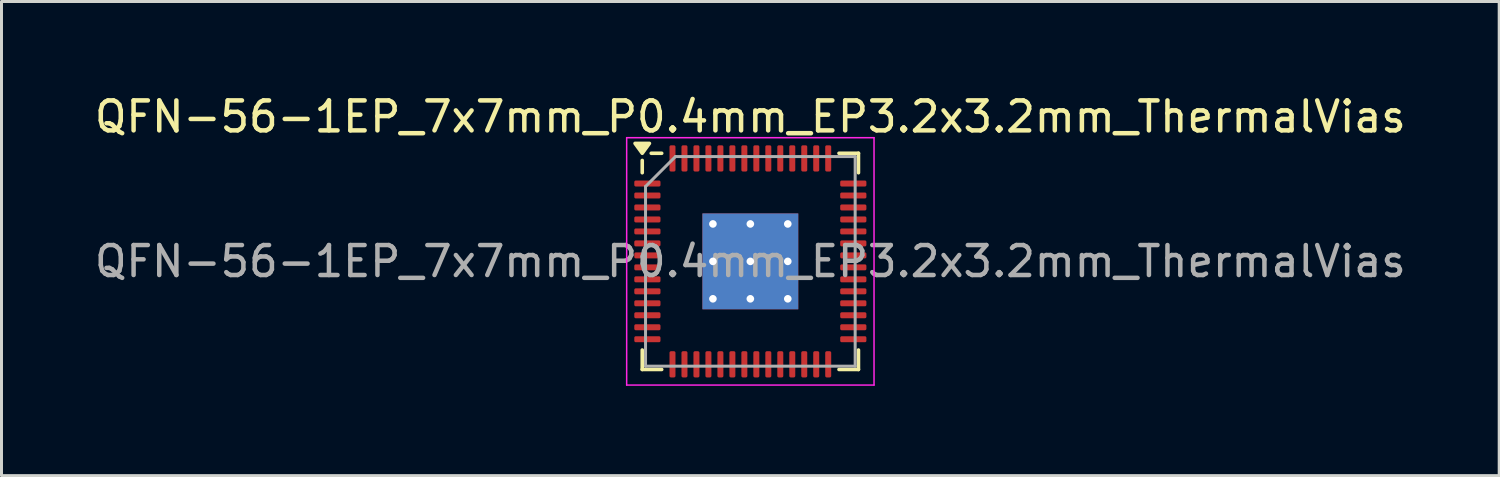
<source format=kicad_pcb>
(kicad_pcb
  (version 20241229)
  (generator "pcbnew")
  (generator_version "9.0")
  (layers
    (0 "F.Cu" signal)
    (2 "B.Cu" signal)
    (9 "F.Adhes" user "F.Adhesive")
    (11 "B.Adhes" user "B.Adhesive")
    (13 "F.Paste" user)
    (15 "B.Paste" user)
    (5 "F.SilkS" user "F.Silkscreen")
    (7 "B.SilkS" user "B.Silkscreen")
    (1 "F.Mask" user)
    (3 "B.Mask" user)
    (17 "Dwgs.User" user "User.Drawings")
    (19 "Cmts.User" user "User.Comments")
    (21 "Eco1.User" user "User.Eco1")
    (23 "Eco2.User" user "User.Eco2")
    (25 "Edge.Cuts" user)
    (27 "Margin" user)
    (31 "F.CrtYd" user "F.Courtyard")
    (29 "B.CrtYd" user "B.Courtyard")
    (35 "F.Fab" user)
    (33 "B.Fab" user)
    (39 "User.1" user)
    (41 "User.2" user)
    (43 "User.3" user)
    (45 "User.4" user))
  (footprint "QFN-56-1EP_7x7mm_P0.4mm_EP3.2x3.2mm_ThermalVias"
    (layer "F.Cu")
    (at 22.006 5.678)
    (property "Reference" "QFN-56-1EP_7x7mm_P0.4mm_EP3.2x3.2mm_ThermalVias" (at 0 -4.83 0) (layer "F.SilkS") (effects (font (size 1 1) (thickness 0.15))))
    (attr smd)
    (fp_line (start -3.61 -2.96) (end -3.61 -3.37) (stroke (width 0.12) (type solid)) (layer "F.SilkS"))
    (fp_line (start -3.61 3.61) (end -3.61 2.96) (stroke (width 0.12) (type solid)) (layer "F.SilkS"))
    (fp_line (start -2.96 -3.61) (end -3.31 -3.61) (stroke (width 0.12) (type solid)) (layer "F.SilkS"))
    (fp_line (start -2.96 3.61) (end -3.61 3.61) (stroke (width 0.12) (type solid)) (layer "F.SilkS"))
    (fp_line (start 2.96 -3.61) (end 3.61 -3.61) (stroke (width 0.12) (type solid)) (layer "F.SilkS"))
    (fp_line (start 2.96 3.61) (end 3.61 3.61) (stroke (width 0.12) (type solid)) (layer "F.SilkS"))
    (fp_line (start 3.61 -3.61) (end 3.61 -2.96) (stroke (width 0.12) (type solid)) (layer "F.SilkS"))
    (fp_line (start 3.61 3.61) (end 3.61 2.96) (stroke (width 0.12) (type solid)) (layer "F.SilkS"))
    (fp_poly (pts (xy -3.61 -3.61) (xy -3.85 -3.94) (xy -3.37 -3.94) (xy -3.61 -3.61)) (stroke (width 0.12) (type solid)) (fill yes) (layer "F.SilkS"))
    (fp_line (start -4.13 -4.13) (end -4.13 4.13) (stroke (width 0.05) (type solid)) (layer "F.CrtYd"))
    (fp_line (start -4.13 4.13) (end 4.13 4.13) (stroke (width 0.05) (type solid)) (layer "F.CrtYd"))
    (fp_line (start 4.13 -4.13) (end -4.13 -4.13) (stroke (width 0.05) (type solid)) (layer "F.CrtYd"))
    (fp_line (start 4.13 4.13) (end 4.13 -4.13) (stroke (width 0.05) (type solid)) (layer "F.CrtYd"))
    (fp_line (start -3.5 -2.5) (end -2.5 -3.5) (stroke (width 0.1) (type solid)) (layer "F.Fab"))
    (fp_line (start -3.5 3.5) (end -3.5 -2.5) (stroke (width 0.1) (type solid)) (layer "F.Fab"))
    (fp_line (start -2.5 -3.5) (end 3.5 -3.5) (stroke (width 0.1) (type solid)) (layer "F.Fab"))
    (fp_line (start 3.5 -3.5) (end 3.5 3.5) (stroke (width 0.1) (type solid)) (layer "F.Fab"))
    (fp_line (start 3.5 3.5) (end -3.5 3.5) (stroke (width 0.1) (type solid)) (layer "F.Fab"))
    (fp_text user "${REFERENCE}" (at 0 0 0) (layer "F.Fab") (effects (font (size 1 1) (thickness 0.15))))
    (pad "" smd custom (at -0.675 -0.675) (size 1.118 1.118) (layers "F.Paste") (options (anchor circle)) (primitives (gr_poly (pts (xy -0.498 -0.397) (xy -0.397 -0.498) (xy 0.498 -0.498) (xy 0.498 0.498) (xy -0.498 0.498)) (width 0.244) (fill yes))))
    (pad "" smd custom (at -0.675 0.675) (size 1.118 1.118) (layers "F.Paste") (options (anchor circle)) (primitives (gr_poly (pts (xy -0.498 -0.498) (xy 0.498 -0.498) (xy 0.498 0.498) (xy -0.397 0.498) (xy -0.498 0.397)) (width 0.244) (fill yes))))
    (pad "" smd custom (at 0.675 -0.675) (size 1.118 1.118) (layers "F.Paste") (options (anchor circle)) (primitives (gr_poly (pts (xy -0.498 -0.498) (xy 0.397 -0.498) (xy 0.498 -0.397) (xy 0.498 0.498) (xy -0.498 0.498)) (width 0.244) (fill yes))))
    (pad "" smd custom (at 0.675 0.675) (size 1.118 1.118) (layers "F.Paste") (options (anchor circle)) (primitives (gr_poly (pts (xy -0.498 -0.498) (xy 0.498 -0.498) (xy 0.498 0.397) (xy 0.397 0.498) (xy -0.498 0.498)) (width 0.244) (fill yes))))
    (pad "1" smd roundrect (at -3.438 -2.6) (size 0.875 0.2) (layers "F.Cu" "F.Mask" "F.Paste") (roundrect_rratio 0.25))
    (pad "2" smd roundrect (at -3.438 -2.2) (size 0.875 0.2) (layers "F.Cu" "F.Mask" "F.Paste") (roundrect_rratio 0.25))
    (pad "3" smd roundrect (at -3.438 -1.8) (size 0.875 0.2) (layers "F.Cu" "F.Mask" "F.Paste") (roundrect_rratio 0.25))
    (pad "4" smd roundrect (at -3.438 -1.4) (size 0.875 0.2) (layers "F.Cu" "F.Mask" "F.Paste") (roundrect_rratio 0.25))
    (pad "5" smd roundrect (at -3.438 -1) (size 0.875 0.2) (layers "F.Cu" "F.Mask" "F.Paste") (roundrect_rratio 0.25))
    (pad "6" smd roundrect (at -3.438 -0.6) (size 0.875 0.2) (layers "F.Cu" "F.Mask" "F.Paste") (roundrect_rratio 0.25))
    (pad "7" smd roundrect (at -3.438 -0.2) (size 0.875 0.2) (layers "F.Cu" "F.Mask" "F.Paste") (roundrect_rratio 0.25))
    (pad "8" smd roundrect (at -3.438 0.2) (size 0.875 0.2) (layers "F.Cu" "F.Mask" "F.Paste") (roundrect_rratio 0.25))
    (pad "9" smd roundrect (at -3.438 0.6) (size 0.875 0.2) (layers "F.Cu" "F.Mask" "F.Paste") (roundrect_rratio 0.25))
    (pad "10" smd roundrect (at -3.438 1) (size 0.875 0.2) (layers "F.Cu" "F.Mask" "F.Paste") (roundrect_rratio 0.25))
    (pad "11" smd roundrect (at -3.438 1.4) (size 0.875 0.2) (layers "F.Cu" "F.Mask" "F.Paste") (roundrect_rratio 0.25))
    (pad "12" smd roundrect (at -3.438 1.8) (size 0.875 0.2) (layers "F.Cu" "F.Mask" "F.Paste") (roundrect_rratio 0.25))
    (pad "13" smd roundrect (at -3.438 2.2) (size 0.875 0.2) (layers "F.Cu" "F.Mask" "F.Paste") (roundrect_rratio 0.25))
    (pad "14" smd roundrect (at -3.438 2.6) (size 0.875 0.2) (layers "F.Cu" "F.Mask" "F.Paste") (roundrect_rratio 0.25))
    (pad "15" smd roundrect (at -2.6 3.438) (size 0.2 0.875) (layers "F.Cu" "F.Mask" "F.Paste") (roundrect_rratio 0.25))
    (pad "16" smd roundrect (at -2.2 3.438) (size 0.2 0.875) (layers "F.Cu" "F.Mask" "F.Paste") (roundrect_rratio 0.25))
    (pad "17" smd roundrect (at -1.8 3.438) (size 0.2 0.875) (layers "F.Cu" "F.Mask" "F.Paste") (roundrect_rratio 0.25))
    (pad "18" smd roundrect (at -1.4 3.438) (size 0.2 0.875) (layers "F.Cu" "F.Mask" "F.Paste") (roundrect_rratio 0.25))
    (pad "19" smd roundrect (at -1 3.438) (size 0.2 0.875) (layers "F.Cu" "F.Mask" "F.Paste") (roundrect_rratio 0.25))
    (pad "20" smd roundrect (at -0.6 3.438) (size 0.2 0.875) (layers "F.Cu" "F.Mask" "F.Paste") (roundrect_rratio 0.25))
    (pad "21" smd roundrect (at -0.2 3.438) (size 0.2 0.875) (layers "F.Cu" "F.Mask" "F.Paste") (roundrect_rratio 0.25))
    (pad "22" smd roundrect (at 0.2 3.438) (size 0.2 0.875) (layers "F.Cu" "F.Mask" "F.Paste") (roundrect_rratio 0.25))
    (pad "23" smd roundrect (at 0.6 3.438) (size 0.2 0.875) (layers "F.Cu" "F.Mask" "F.Paste") (roundrect_rratio 0.25))
    (pad "24" smd roundrect (at 1 3.438) (size 0.2 0.875) (layers "F.Cu" "F.Mask" "F.Paste") (roundrect_rratio 0.25))
    (pad "25" smd roundrect (at 1.4 3.438) (size 0.2 0.875) (layers "F.Cu" "F.Mask" "F.Paste") (roundrect_rratio 0.25))
    (pad "26" smd roundrect (at 1.8 3.438) (size 0.2 0.875) (layers "F.Cu" "F.Mask" "F.Paste") (roundrect_rratio 0.25))
    (pad "27" smd roundrect (at 2.2 3.438) (size 0.2 0.875) (layers "F.Cu" "F.Mask" "F.Paste") (roundrect_rratio 0.25))
    (pad "28" smd roundrect (at 2.6 3.438) (size 0.2 0.875) (layers "F.Cu" "F.Mask" "F.Paste") (roundrect_rratio 0.25))
    (pad "29" smd roundrect (at 3.438 2.6) (size 0.875 0.2) (layers "F.Cu" "F.Mask" "F.Paste") (roundrect_rratio 0.25))
    (pad "30" smd roundrect (at 3.438 2.2) (size 0.875 0.2) (layers "F.Cu" "F.Mask" "F.Paste") (roundrect_rratio 0.25))
    (pad "31" smd roundrect (at 3.438 1.8) (size 0.875 0.2) (layers "F.Cu" "F.Mask" "F.Paste") (roundrect_rratio 0.25))
    (pad "32" smd roundrect (at 3.438 1.4) (size 0.875 0.2) (layers "F.Cu" "F.Mask" "F.Paste") (roundrect_rratio 0.25))
    (pad "33" smd roundrect (at 3.438 1) (size 0.875 0.2) (layers "F.Cu" "F.Mask" "F.Paste") (roundrect_rratio 0.25))
    (pad "34" smd roundrect (at 3.438 0.6) (size 0.875 0.2) (layers "F.Cu" "F.Mask" "F.Paste") (roundrect_rratio 0.25))
    (pad "35" smd roundrect (at 3.438 0.2) (size 0.875 0.2) (layers "F.Cu" "F.Mask" "F.Paste") (roundrect_rratio 0.25))
    (pad "36" smd roundrect (at 3.438 -0.2) (size 0.875 0.2) (layers "F.Cu" "F.Mask" "F.Paste") (roundrect_rratio 0.25))
    (pad "37" smd roundrect (at 3.438 -0.6) (size 0.875 0.2) (layers "F.Cu" "F.Mask" "F.Paste") (roundrect_rratio 0.25))
    (pad "38" smd roundrect (at 3.438 -1) (size 0.875 0.2) (layers "F.Cu" "F.Mask" "F.Paste") (roundrect_rratio 0.25))
    (pad "39" smd roundrect (at 3.438 -1.4) (size 0.875 0.2) (layers "F.Cu" "F.Mask" "F.Paste") (roundrect_rratio 0.25))
    (pad "40" smd roundrect (at 3.438 -1.8) (size 0.875 0.2) (layers "F.Cu" "F.Mask" "F.Paste") (roundrect_rratio 0.25))
    (pad "41" smd roundrect (at 3.438 -2.2) (size 0.875 0.2) (layers "F.Cu" "F.Mask" "F.Paste") (roundrect_rratio 0.25))
    (pad "42" smd roundrect (at 3.438 -2.6) (size 0.875 0.2) (layers "F.Cu" "F.Mask" "F.Paste") (roundrect_rratio 0.25))
    (pad "43" smd roundrect (at 2.6 -3.438) (size 0.2 0.875) (layers "F.Cu" "F.Mask" "F.Paste") (roundrect_rratio 0.25))
    (pad "44" smd roundrect (at 2.2 -3.438) (size 0.2 0.875) (layers "F.Cu" "F.Mask" "F.Paste") (roundrect_rratio 0.25))
    (pad "45" smd roundrect (at 1.8 -3.438) (size 0.2 0.875) (layers "F.Cu" "F.Mask" "F.Paste") (roundrect_rratio 0.25))
    (pad "46" smd roundrect (at 1.4 -3.438) (size 0.2 0.875) (layers "F.Cu" "F.Mask" "F.Paste") (roundrect_rratio 0.25))
    (pad "47" smd roundrect (at 1 -3.438) (size 0.2 0.875) (layers "F.Cu" "F.Mask" "F.Paste") (roundrect_rratio 0.25))
    (pad "48" smd roundrect (at 0.6 -3.438) (size 0.2 0.875) (layers "F.Cu" "F.Mask" "F.Paste") (roundrect_rratio 0.25))
    (pad "49" smd roundrect (at 0.2 -3.438) (size 0.2 0.875) (layers "F.Cu" "F.Mask" "F.Paste") (roundrect_rratio 0.25))
    (pad "50" smd roundrect (at -0.2 -3.438) (size 0.2 0.875) (layers "F.Cu" "F.Mask" "F.Paste") (roundrect_rratio 0.25))
    (pad "51" smd roundrect (at -0.6 -3.438) (size 0.2 0.875) (layers "F.Cu" "F.Mask" "F.Paste") (roundrect_rratio 0.25))
    (pad "52" smd roundrect (at -1 -3.438) (size 0.2 0.875) (layers "F.Cu" "F.Mask" "F.Paste") (roundrect_rratio 0.25))
    (pad "53" smd roundrect (at -1.4 -3.438) (size 0.2 0.875) (layers "F.Cu" "F.Mask" "F.Paste") (roundrect_rratio 0.25))
    (pad "54" smd roundrect (at -1.8 -3.438) (size 0.2 0.875) (layers "F.Cu" "F.Mask" "F.Paste") (roundrect_rratio 0.25))
    (pad "55" smd roundrect (at -2.2 -3.438) (size 0.2 0.875) (layers "F.Cu" "F.Mask" "F.Paste") (roundrect_rratio 0.25))
    (pad "56" smd roundrect (at -2.6 -3.438) (size 0.2 0.875) (layers "F.Cu" "F.Mask" "F.Paste") (roundrect_rratio 0.25))
    (pad "57" thru_hole circle (at -1.25 -1.25) (size 0.457 0.457) (drill 0.254) (property pad_prop_heatsink) (layers "*.Cu"))
    (pad "57" thru_hole circle (at -1.25 0) (size 0.457 0.457) (drill 0.254) (property pad_prop_heatsink) (layers "*.Cu"))
    (pad "57" thru_hole circle (at -1.25 1.25) (size 0.457 0.457) (drill 0.254) (property pad_prop_heatsink) (layers "*.Cu"))
    (pad "57" thru_hole circle (at 0 -1.25) (size 0.457 0.457) (drill 0.254) (property pad_prop_heatsink) (layers "*.Cu"))
    (pad "57" thru_hole circle (at 0 0) (size 0.457 0.457) (drill 0.254) (property pad_prop_heatsink) (layers "*.Cu"))
    (pad "57" smd rect (at 0 0) (size 3.2 3.2) (property pad_prop_heatsink) (layers "F.Cu" "F.Mask"))
    (pad "57" smd rect (at 0 0) (size 3.2 3.2) (property pad_prop_heatsink) (layers "B.Cu"))
    (pad "57" thru_hole circle (at 0 1.25) (size 0.457 0.457) (drill 0.254) (property pad_prop_heatsink) (layers "*.Cu"))
    (pad "57" thru_hole circle (at 1.25 -1.25) (size 0.457 0.457) (drill 0.254) (property pad_prop_heatsink) (layers "*.Cu"))
    (pad "57" thru_hole circle (at 1.25 0) (size 0.457 0.457) (drill 0.254) (property pad_prop_heatsink) (layers "*.Cu"))
    (pad "57" thru_hole circle (at 1.25 1.25) (size 0.457 0.457) (drill 0.254) (property pad_prop_heatsink) (layers "*.Cu")))
  (gr_rect
    (start -3 -3)
    (end 47.012 12.833)
    (stroke (width 0.1) (type default))
    (fill no)
    (layer "Edge.Cuts")))
</source>
